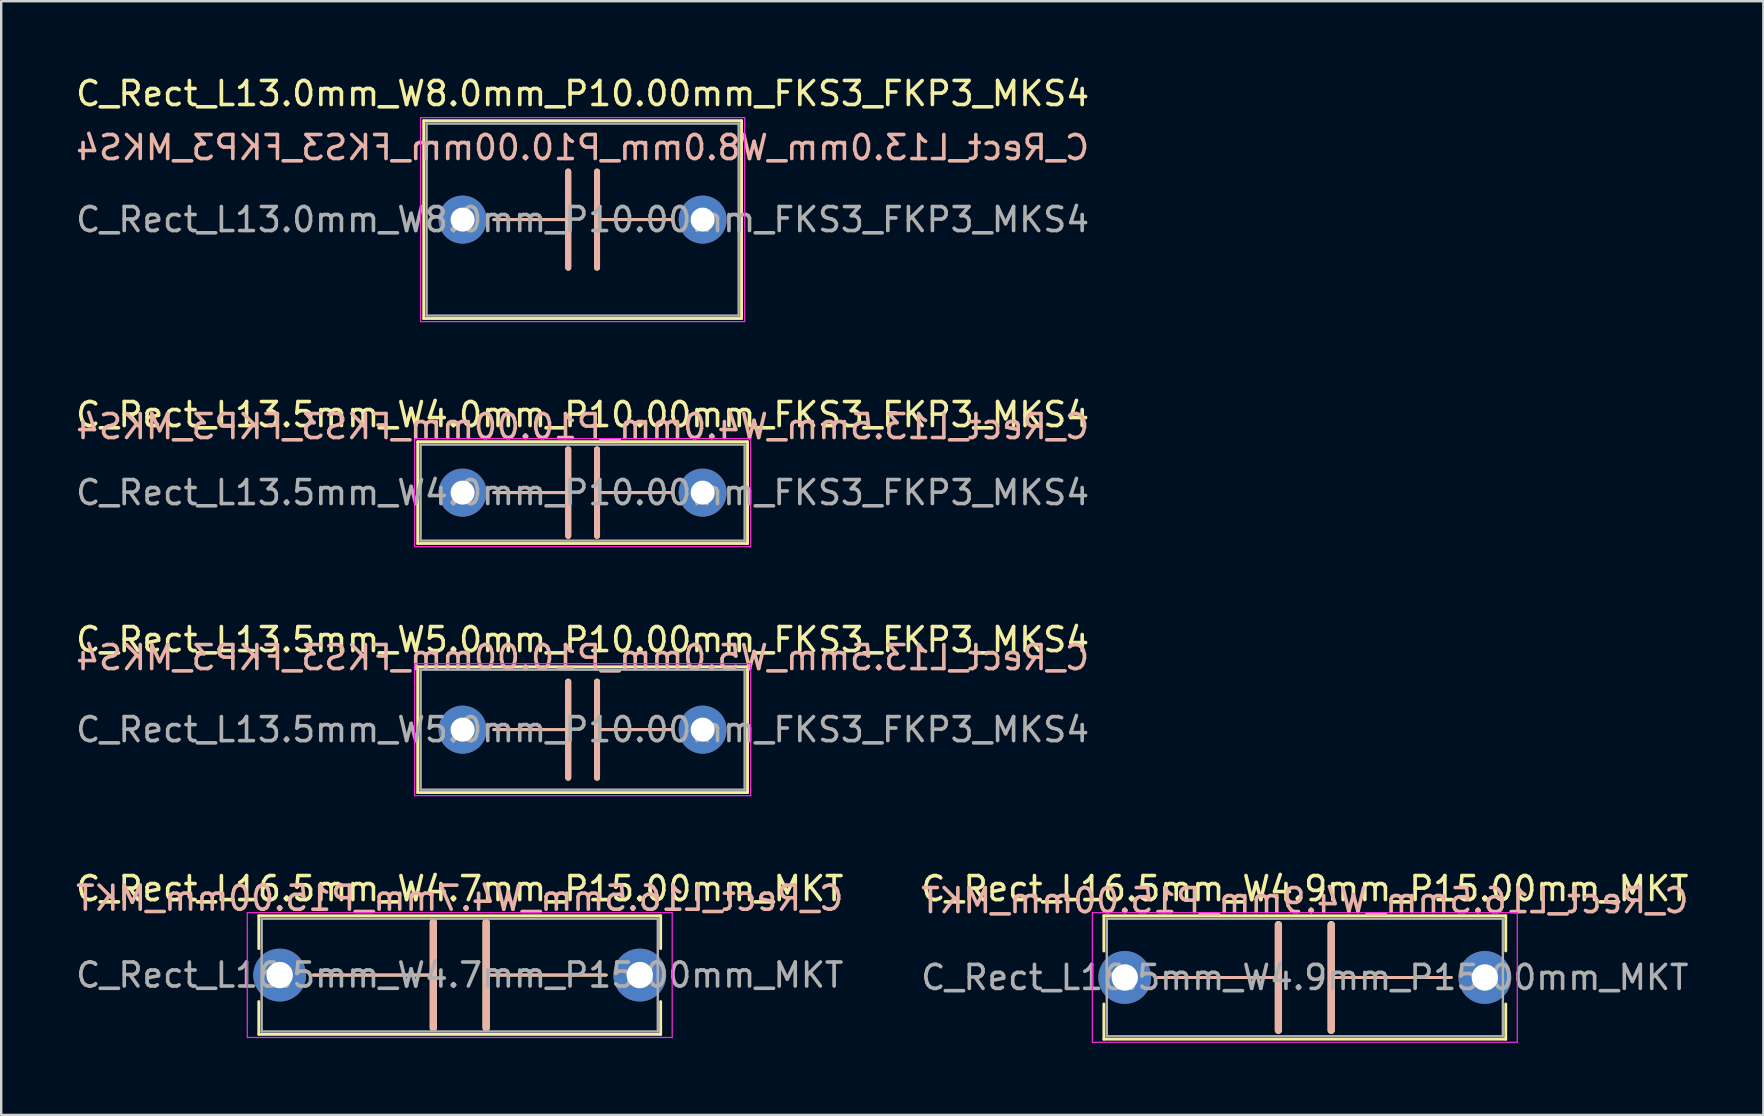
<source format=kicad_pcb>
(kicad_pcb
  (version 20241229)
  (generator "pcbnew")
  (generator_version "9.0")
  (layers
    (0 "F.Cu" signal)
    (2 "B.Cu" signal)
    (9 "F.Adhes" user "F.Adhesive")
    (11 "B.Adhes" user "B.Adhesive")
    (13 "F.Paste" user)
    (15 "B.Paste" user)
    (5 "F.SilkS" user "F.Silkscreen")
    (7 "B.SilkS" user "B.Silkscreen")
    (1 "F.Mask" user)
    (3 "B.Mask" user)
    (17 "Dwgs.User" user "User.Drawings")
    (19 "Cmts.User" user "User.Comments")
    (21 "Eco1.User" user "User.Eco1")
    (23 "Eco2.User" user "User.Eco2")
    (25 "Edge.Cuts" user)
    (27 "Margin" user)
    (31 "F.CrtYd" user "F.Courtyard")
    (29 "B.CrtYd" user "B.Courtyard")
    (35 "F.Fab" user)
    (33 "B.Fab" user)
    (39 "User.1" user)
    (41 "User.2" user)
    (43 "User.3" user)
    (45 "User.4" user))
  (footprint "C_Rect_L13.5mm_W5.0mm_P10.00mm_FKS3_FKP3_MKS4"
    (layer "F.Cu")
    (at 16.22 27.345)
    (property "Reference" "C_Rect_L13.5mm_W5.0mm_P10.00mm_FKS3_FKP3_MKS4" (at 5 -3.75 0) (layer "F.SilkS") (effects (font (size 1 1) (thickness 0.15))))
    (fp_line (start -1.87 -2.62) (end -1.87 2.62) (stroke (width 0.12) (type solid)) (layer "F.SilkS"))
    (fp_line (start -1.87 -2.62) (end 11.87 -2.62) (stroke (width 0.12) (type solid)) (layer "F.SilkS"))
    (fp_line (start -1.87 2.62) (end 11.87 2.62) (stroke (width 0.12) (type solid)) (layer "F.SilkS"))
    (fp_line (start 1.3 0) (end 4.4 0) (stroke (width 0.12) (type solid)) (layer "F.SilkS"))
    (fp_line (start 4.4 2) (end 4.4 -2) (stroke (width 0.25) (type solid)) (layer "F.SilkS"))
    (fp_line (start 5.6 2) (end 5.6 -2) (stroke (width 0.25) (type solid)) (layer "F.SilkS"))
    (fp_line (start 8.7 0) (end 5.6 0) (stroke (width 0.12) (type solid)) (layer "F.SilkS"))
    (fp_line (start 11.87 -2.62) (end 11.87 2.62) (stroke (width 0.12) (type solid)) (layer "F.SilkS"))
    (fp_line (start 1.3 0) (end 4.4 0) (stroke (width 0.12) (type solid)) (layer "B.SilkS"))
    (fp_line (start 4.4 -2) (end 4.4 2) (stroke (width 0.25) (type solid)) (layer "B.SilkS"))
    (fp_line (start 5.6 -2) (end 5.6 2) (stroke (width 0.25) (type solid)) (layer "B.SilkS"))
    (fp_line (start 8.7 0) (end 5.6 0) (stroke (width 0.12) (type solid)) (layer "B.SilkS"))
    (fp_line (start -2 -2.75) (end -2 2.75) (stroke (width 0.05) (type solid)) (layer "F.CrtYd"))
    (fp_line (start -2 2.75) (end 12 2.75) (stroke (width 0.05) (type solid)) (layer "F.CrtYd"))
    (fp_line (start 12 -2.75) (end -2 -2.75) (stroke (width 0.05) (type solid)) (layer "F.CrtYd"))
    (fp_line (start 12 2.75) (end 12 -2.75) (stroke (width 0.05) (type solid)) (layer "F.CrtYd"))
    (fp_line (start -1.75 -2.5) (end -1.75 2.5) (stroke (width 0.1) (type solid)) (layer "F.Fab"))
    (fp_line (start -1.75 2.5) (end 11.75 2.5) (stroke (width 0.1) (type solid)) (layer "F.Fab"))
    (fp_line (start 11.75 -2.5) (end -1.75 -2.5) (stroke (width 0.1) (type solid)) (layer "F.Fab"))
    (fp_line (start 11.75 2.5) (end 11.75 -2.5) (stroke (width 0.1) (type solid)) (layer "F.Fab"))
    (fp_text user "${REFERENCE}" (at 5 -3 0) (layer "B.SilkS") (effects (font (size 1 1) (thickness 0.15)) (justify mirror)))
    (fp_text user "${REFERENCE}" (at 5 0 0) (layer "F.Fab") (effects (font (size 1 1) (thickness 0.15))))
    (pad "1" thru_hole circle (at 0 0) (size 2 2) (drill 1) (layers "*.Cu" "*.Mask"))
    (pad "2" thru_hole circle (at 10 0) (size 2 2) (drill 1) (layers "*.Cu" "*.Mask")))
  (footprint "C_Rect_L16.5mm_W4.7mm_P15.00mm_MKT"
    (layer "F.Cu")
    (at 8.601 37.568)
    (property "Reference" "C_Rect_L16.5mm_W4.7mm_P15.00mm_MKT" (at 7.5 -3.6 0) (layer "F.SilkS") (effects (font (size 1 1) (thickness 0.15))))
    (fp_line (start -0.87 -2.47) (end -0.87 -1.104) (stroke (width 0.12) (type solid)) (layer "F.SilkS"))
    (fp_line (start -0.87 -2.47) (end 15.87 -2.47) (stroke (width 0.12) (type solid)) (layer "F.SilkS"))
    (fp_line (start -0.87 1.104) (end -0.87 2.47) (stroke (width 0.12) (type solid)) (layer "F.SilkS"))
    (fp_line (start -0.87 2.47) (end 15.87 2.47) (stroke (width 0.12) (type solid)) (layer "F.SilkS"))
    (fp_line (start 1.4 0) (end 6.4 0) (stroke (width 0.12) (type solid)) (layer "F.SilkS"))
    (fp_line (start 6.4 -2.2) (end 6.4 2.2) (stroke (width 0.3) (type solid)) (layer "F.SilkS"))
    (fp_line (start 8.6 -2.2) (end 8.6 2.2) (stroke (width 0.3) (type solid)) (layer "F.SilkS"))
    (fp_line (start 8.6 0) (end 13.6 0) (stroke (width 0.12) (type solid)) (layer "F.SilkS"))
    (fp_line (start 15.87 -2.47) (end 15.87 -1.104) (stroke (width 0.12) (type solid)) (layer "F.SilkS"))
    (fp_line (start 15.87 1.104) (end 15.87 2.47) (stroke (width 0.12) (type solid)) (layer "F.SilkS"))
    (fp_line (start 1.4 0) (end 6.4 0) (stroke (width 0.12) (type solid)) (layer "B.SilkS"))
    (fp_line (start 6.4 2.2) (end 6.4 -2.2) (stroke (width 0.3) (type solid)) (layer "B.SilkS"))
    (fp_line (start 8.6 0) (end 13.6 0) (stroke (width 0.12) (type solid)) (layer "B.SilkS"))
    (fp_line (start 8.6 2.2) (end 8.6 -2.2) (stroke (width 0.3) (type solid)) (layer "B.SilkS"))
    (fp_line (start -1.35 -2.6) (end -1.35 2.6) (stroke (width 0.05) (type solid)) (layer "F.CrtYd"))
    (fp_line (start -1.35 2.6) (end 16.35 2.6) (stroke (width 0.05) (type solid)) (layer "F.CrtYd"))
    (fp_line (start 16.35 -2.6) (end -1.35 -2.6) (stroke (width 0.05) (type solid)) (layer "F.CrtYd"))
    (fp_line (start 16.35 2.6) (end 16.35 -2.6) (stroke (width 0.05) (type solid)) (layer "F.CrtYd"))
    (fp_line (start -0.75 -2.35) (end -0.75 2.35) (stroke (width 0.1) (type solid)) (layer "F.Fab"))
    (fp_line (start -0.75 2.35) (end 15.75 2.35) (stroke (width 0.1) (type solid)) (layer "F.Fab"))
    (fp_line (start 15.75 -2.35) (end -0.75 -2.35) (stroke (width 0.1) (type solid)) (layer "F.Fab"))
    (fp_line (start 15.75 2.35) (end 15.75 -2.35) (stroke (width 0.1) (type solid)) (layer "F.Fab"))
    (fp_text user "${REFERENCE}" (at 7.5 -3.2 0) (layer "B.SilkS") (effects (font (size 1 1) (thickness 0.15)) (justify mirror)))
    (fp_text user "${REFERENCE}" (at 7.5 0 0) (layer "F.Fab") (effects (font (size 1 1) (thickness 0.15))))
    (pad "1" thru_hole circle (at 0 0) (size 2.2 2.2) (drill 1.1) (layers "*.Cu" "*.Mask"))
    (pad "2" thru_hole circle (at 15 0) (size 2.2 2.2) (drill 1.1) (layers "*.Cu" "*.Mask")))
  (footprint "C_Rect_L13.5mm_W4.0mm_P10.00mm_FKS3_FKP3_MKS4"
    (layer "F.Cu")
    (at 16.22 17.471)
    (property "Reference" "C_Rect_L13.5mm_W4.0mm_P10.00mm_FKS3_FKP3_MKS4" (at 5 -3.25 0) (layer "F.SilkS") (effects (font (size 1 1) (thickness 0.15))))
    (fp_line (start -1.87 -2.12) (end -1.87 2.12) (stroke (width 0.12) (type solid)) (layer "F.SilkS"))
    (fp_line (start -1.87 -2.12) (end 11.87 -2.12) (stroke (width 0.12) (type solid)) (layer "F.SilkS"))
    (fp_line (start -1.87 2.12) (end 11.87 2.12) (stroke (width 0.12) (type solid)) (layer "F.SilkS"))
    (fp_line (start 1.3 0) (end 4.4 0) (stroke (width 0.12) (type solid)) (layer "F.SilkS"))
    (fp_line (start 4.4 1.8) (end 4.4 -1.8) (stroke (width 0.25) (type solid)) (layer "F.SilkS"))
    (fp_line (start 5.6 1.8) (end 5.6 -1.8) (stroke (width 0.25) (type solid)) (layer "F.SilkS"))
    (fp_line (start 8.7 0) (end 5.6 0) (stroke (width 0.12) (type solid)) (layer "F.SilkS"))
    (fp_line (start 11.87 -2.12) (end 11.87 2.12) (stroke (width 0.12) (type solid)) (layer "F.SilkS"))
    (fp_line (start 1.3 0) (end 4.4 0) (stroke (width 0.12) (type solid)) (layer "B.SilkS"))
    (fp_line (start 4.4 -1.8) (end 4.4 1.8) (stroke (width 0.25) (type solid)) (layer "B.SilkS"))
    (fp_line (start 5.6 -1.8) (end 5.6 1.8) (stroke (width 0.25) (type solid)) (layer "B.SilkS"))
    (fp_line (start 8.7 0) (end 5.6 0) (stroke (width 0.12) (type solid)) (layer "B.SilkS"))
    (fp_line (start -2 -2.25) (end -2 2.25) (stroke (width 0.05) (type solid)) (layer "F.CrtYd"))
    (fp_line (start -2 2.25) (end 12 2.25) (stroke (width 0.05) (type solid)) (layer "F.CrtYd"))
    (fp_line (start 12 -2.25) (end -2 -2.25) (stroke (width 0.05) (type solid)) (layer "F.CrtYd"))
    (fp_line (start 12 2.25) (end 12 -2.25) (stroke (width 0.05) (type solid)) (layer "F.CrtYd"))
    (fp_line (start -1.75 -2) (end -1.75 2) (stroke (width 0.1) (type solid)) (layer "F.Fab"))
    (fp_line (start -1.75 2) (end 11.75 2) (stroke (width 0.1) (type solid)) (layer "F.Fab"))
    (fp_line (start 11.75 -2) (end -1.75 -2) (stroke (width 0.1) (type solid)) (layer "F.Fab"))
    (fp_line (start 11.75 2) (end 11.75 -2) (stroke (width 0.1) (type solid)) (layer "F.Fab"))
    (fp_text user "${REFERENCE}" (at 5 -2.75 0) (layer "B.SilkS") (effects (font (size 1 1) (thickness 0.15)) (justify mirror)))
    (fp_text user "${REFERENCE}" (at 5 0 0) (layer "F.Fab") (effects (font (size 1 1) (thickness 0.15))))
    (pad "1" thru_hole circle (at 0 0) (size 2 2) (drill 1) (layers "*.Cu" "*.Mask"))
    (pad "2" thru_hole circle (at 10 0) (size 2 2) (drill 1) (layers "*.Cu" "*.Mask")))
  (footprint "C_Rect_L16.5mm_W4.9mm_P15.00mm_MKT"
    (layer "F.Cu")
    (at 43.804 37.668)
    (property "Reference" "C_Rect_L16.5mm_W4.9mm_P15.00mm_MKT" (at 7.5 -3.7 0) (layer "F.SilkS") (effects (font (size 1 1) (thickness 0.15))))
    (fp_line (start -0.87 -2.571) (end -0.87 -1.104) (stroke (width 0.12) (type solid)) (layer "F.SilkS"))
    (fp_line (start -0.87 -2.571) (end 15.87 -2.571) (stroke (width 0.12) (type solid)) (layer "F.SilkS"))
    (fp_line (start -0.87 1.104) (end -0.87 2.571) (stroke (width 0.12) (type solid)) (layer "F.SilkS"))
    (fp_line (start -0.87 2.571) (end 15.87 2.571) (stroke (width 0.12) (type solid)) (layer "F.SilkS"))
    (fp_line (start 1.4 0) (end 6.4 0) (stroke (width 0.12) (type solid)) (layer "F.SilkS"))
    (fp_line (start 6.4 -2.2) (end 6.4 2.2) (stroke (width 0.3) (type solid)) (layer "F.SilkS"))
    (fp_line (start 8.6 -2.2) (end 8.6 2.2) (stroke (width 0.3) (type solid)) (layer "F.SilkS"))
    (fp_line (start 8.6 0) (end 13.6 0) (stroke (width 0.12) (type solid)) (layer "F.SilkS"))
    (fp_line (start 15.87 -2.571) (end 15.87 -1.104) (stroke (width 0.12) (type solid)) (layer "F.SilkS"))
    (fp_line (start 15.87 1.104) (end 15.87 2.571) (stroke (width 0.12) (type solid)) (layer "F.SilkS"))
    (fp_line (start 1.4 0) (end 6.4 0) (stroke (width 0.12) (type solid)) (layer "B.SilkS"))
    (fp_line (start 6.4 2.2) (end 6.4 -2.2) (stroke (width 0.3) (type solid)) (layer "B.SilkS"))
    (fp_line (start 8.6 0) (end 13.6 0) (stroke (width 0.12) (type solid)) (layer "B.SilkS"))
    (fp_line (start 8.6 2.2) (end 8.6 -2.2) (stroke (width 0.3) (type solid)) (layer "B.SilkS"))
    (fp_line (start -1.35 -2.7) (end -1.35 2.7) (stroke (width 0.05) (type solid)) (layer "F.CrtYd"))
    (fp_line (start -1.35 2.7) (end 16.35 2.7) (stroke (width 0.05) (type solid)) (layer "F.CrtYd"))
    (fp_line (start 16.35 -2.7) (end -1.35 -2.7) (stroke (width 0.05) (type solid)) (layer "F.CrtYd"))
    (fp_line (start 16.35 2.7) (end 16.35 -2.7) (stroke (width 0.05) (type solid)) (layer "F.CrtYd"))
    (fp_line (start -0.75 -2.45) (end -0.75 2.45) (stroke (width 0.1) (type solid)) (layer "F.Fab"))
    (fp_line (start -0.75 2.45) (end 15.75 2.45) (stroke (width 0.1) (type solid)) (layer "F.Fab"))
    (fp_line (start 15.75 -2.45) (end -0.75 -2.45) (stroke (width 0.1) (type solid)) (layer "F.Fab"))
    (fp_line (start 15.75 2.45) (end 15.75 -2.45) (stroke (width 0.1) (type solid)) (layer "F.Fab"))
    (fp_text user "${REFERENCE}" (at 7.5 -3.2 0) (layer "B.SilkS") (effects (font (size 1 1) (thickness 0.15)) (justify mirror)))
    (fp_text user "${REFERENCE}" (at 7.5 0 0) (layer "F.Fab") (effects (font (size 1 1) (thickness 0.15))))
    (pad "1" thru_hole circle (at 0 0) (size 2.2 2.2) (drill 1.1) (layers "*.Cu" "*.Mask"))
    (pad "2" thru_hole circle (at 15 0) (size 2.2 2.2) (drill 1.1) (layers "*.Cu" "*.Mask")))
  (footprint "C_Rect_L13.0mm_W8.0mm_P10.00mm_FKS3_FKP3_MKS4"
    (layer "F.Cu")
    (at 16.22 6.098)
    (property "Reference" "C_Rect_L13.0mm_W8.0mm_P10.00mm_FKS3_FKP3_MKS4" (at 5 -5.25 0) (layer "F.SilkS") (effects (font (size 1 1) (thickness 0.15))))
    (fp_line (start -1.62 -4.12) (end -1.62 4.12) (stroke (width 0.12) (type solid)) (layer "F.SilkS"))
    (fp_line (start -1.62 -4.12) (end 11.62 -4.12) (stroke (width 0.12) (type solid)) (layer "F.SilkS"))
    (fp_line (start -1.62 4.12) (end 11.62 4.12) (stroke (width 0.12) (type solid)) (layer "F.SilkS"))
    (fp_line (start 1.3 0) (end 4.4 0) (stroke (width 0.12) (type solid)) (layer "F.SilkS"))
    (fp_line (start 4.4 2) (end 4.4 -2) (stroke (width 0.25) (type solid)) (layer "F.SilkS"))
    (fp_line (start 5.6 2) (end 5.6 -2) (stroke (width 0.25) (type solid)) (layer "F.SilkS"))
    (fp_line (start 8.7 0) (end 5.6 0) (stroke (width 0.12) (type solid)) (layer "F.SilkS"))
    (fp_line (start 11.62 -4.12) (end 11.62 4.12) (stroke (width 0.12) (type solid)) (layer "F.SilkS"))
    (fp_line (start 1.3 0) (end 4.4 0) (stroke (width 0.12) (type solid)) (layer "B.SilkS"))
    (fp_line (start 4.4 -2) (end 4.4 2) (stroke (width 0.25) (type solid)) (layer "B.SilkS"))
    (fp_line (start 5.6 -2) (end 5.6 2) (stroke (width 0.25) (type solid)) (layer "B.SilkS"))
    (fp_line (start 8.7 0) (end 5.6 0) (stroke (width 0.12) (type solid)) (layer "B.SilkS"))
    (fp_line (start -1.75 -4.25) (end -1.75 4.25) (stroke (width 0.05) (type solid)) (layer "F.CrtYd"))
    (fp_line (start -1.75 4.25) (end 11.75 4.25) (stroke (width 0.05) (type solid)) (layer "F.CrtYd"))
    (fp_line (start 11.75 -4.25) (end -1.75 -4.25) (stroke (width 0.05) (type solid)) (layer "F.CrtYd"))
    (fp_line (start 11.75 4.25) (end 11.75 -4.25) (stroke (width 0.05) (type solid)) (layer "F.CrtYd"))
    (fp_line (start -1.5 -4) (end -1.5 4) (stroke (width 0.1) (type solid)) (layer "F.Fab"))
    (fp_line (start -1.5 4) (end 11.5 4) (stroke (width 0.1) (type solid)) (layer "F.Fab"))
    (fp_line (start 11.5 -4) (end -1.5 -4) (stroke (width 0.1) (type solid)) (layer "F.Fab"))
    (fp_line (start 11.5 4) (end 11.5 -4) (stroke (width 0.1) (type solid)) (layer "F.Fab"))
    (fp_text user "${REFERENCE}" (at 5 -3 0) (layer "B.SilkS") (effects (font (size 1 1) (thickness 0.15)) (justify mirror)))
    (fp_text user "${REFERENCE}" (at 5 0 0) (layer "F.Fab") (effects (font (size 1 1) (thickness 0.15))))
    (pad "1" thru_hole circle (at 0 0) (size 2 2) (drill 1) (layers "*.Cu" "*.Mask"))
    (pad "2" thru_hole circle (at 10 0) (size 2 2) (drill 1) (layers "*.Cu" "*.Mask")))
  (gr_rect
    (start -3 -3)
    (end 70.405 43.393)
    (stroke (width 0.1) (type default))
    (fill no)
    (layer "Edge.Cuts")))
</source>
